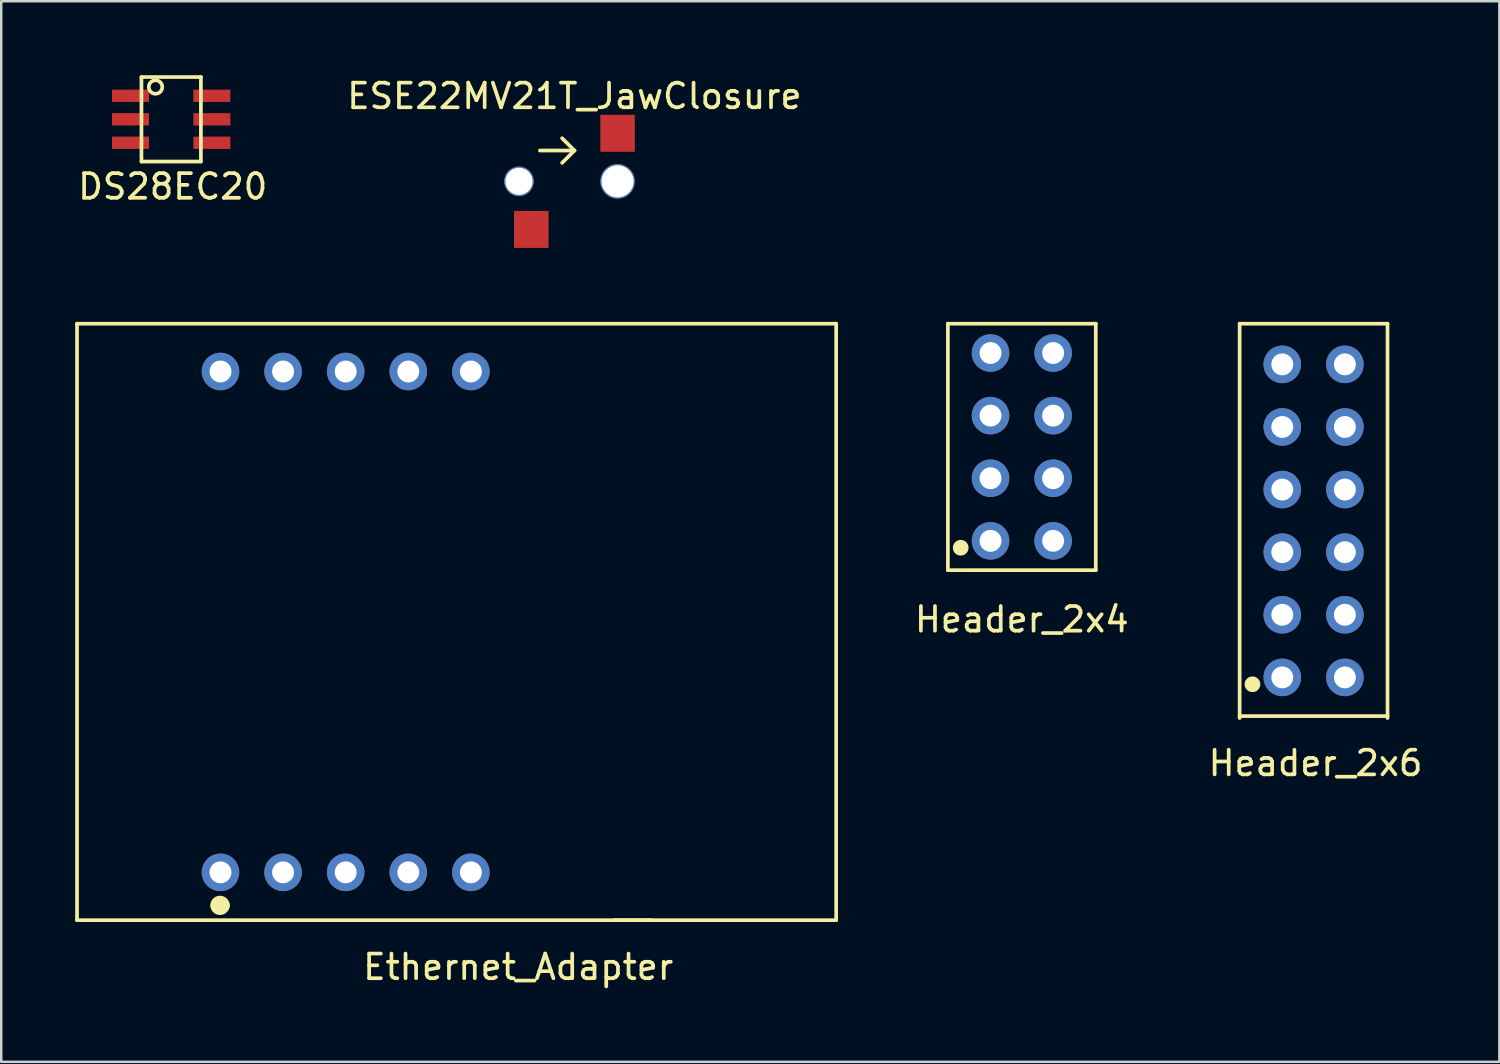
<source format=kicad_pcb>
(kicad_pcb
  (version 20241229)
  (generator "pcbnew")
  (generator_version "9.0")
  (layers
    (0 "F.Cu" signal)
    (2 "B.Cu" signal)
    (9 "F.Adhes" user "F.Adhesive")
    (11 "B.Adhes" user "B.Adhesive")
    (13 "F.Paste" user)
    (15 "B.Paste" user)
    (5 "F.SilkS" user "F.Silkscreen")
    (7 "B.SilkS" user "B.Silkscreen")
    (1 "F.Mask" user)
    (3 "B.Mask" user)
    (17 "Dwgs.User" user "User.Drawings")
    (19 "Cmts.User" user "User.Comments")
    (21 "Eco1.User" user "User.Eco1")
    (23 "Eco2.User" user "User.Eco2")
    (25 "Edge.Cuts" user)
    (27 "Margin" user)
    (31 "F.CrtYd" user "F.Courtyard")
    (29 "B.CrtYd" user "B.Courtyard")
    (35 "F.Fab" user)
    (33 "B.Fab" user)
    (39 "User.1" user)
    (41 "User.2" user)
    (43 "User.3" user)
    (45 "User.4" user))
  (footprint "Header_2x6"
    (layer "F.Cu")
    (at 50.245 18.083)
    (property "Reference" "Header_2x6" (at 0.08 9.83 0) (layer "F.SilkS") (effects (font (size 1 1) (thickness 0.15))))
    (attr through_hole)
    (fp_line (start -3 -8) (end 3 -8) (stroke (width 0.15) (type solid)) (layer "F.SilkS"))
    (fp_line (start -3 7.92) (end 3 7.92) (stroke (width 0.15) (type solid)) (layer "F.SilkS"))
    (fp_line (start -3 8) (end -3 -8) (stroke (width 0.15) (type solid)) (layer "F.SilkS"))
    (fp_line (start 3 -8) (end 3 8) (stroke (width 0.15) (type solid)) (layer "F.SilkS"))
    (fp_circle (center -2.49 6.65) (end -2.39 6.55) (stroke (width 0.15) (type solid)) (fill no) (layer "F.SilkS"))
    (fp_circle (center -2.48 6.63) (end -2.4 6.4) (stroke (width 0.15) (type solid)) (fill no) (layer "F.SilkS"))
    (fp_circle (center -2.48 6.64) (end -2.46 6.56) (stroke (width 0.15) (type solid)) (fill no) (layer "F.SilkS"))
    (fp_circle (center -2.48 6.64) (end -2.42 6.56) (stroke (width 0.15) (type solid)) (fill no) (layer "F.SilkS"))
    (pad "1" thru_hole circle (at -1.27 6.35) (size 1.524 1.524) (drill 0.889) (layers "*.Cu" "*.Mask"))
    (pad "2" thru_hole circle (at 1.27 6.35) (size 1.524 1.524) (drill 0.889) (layers "*.Cu" "*.Mask"))
    (pad "3" thru_hole circle (at -1.27 3.81) (size 1.524 1.524) (drill 0.889) (layers "*.Cu" "*.Mask"))
    (pad "4" thru_hole circle (at 1.27 3.81) (size 1.524 1.524) (drill 0.889) (layers "*.Cu" "*.Mask"))
    (pad "5" thru_hole circle (at -1.27 1.27) (size 1.524 1.524) (drill 0.889) (layers "*.Cu" "*.Mask"))
    (pad "6" thru_hole circle (at 1.27 1.27) (size 1.524 1.524) (drill 0.889) (layers "*.Cu" "*.Mask"))
    (pad "7" thru_hole circle (at -1.27 -1.27) (size 1.524 1.524) (drill 0.889) (layers "*.Cu" "*.Mask"))
    (pad "8" thru_hole circle (at 1.27 -1.27) (size 1.524 1.524) (drill 0.889) (layers "*.Cu" "*.Mask"))
    (pad "9" thru_hole circle (at -1.27 -3.81) (size 1.524 1.524) (drill 0.889) (layers "*.Cu" "*.Mask"))
    (pad "10" thru_hole circle (at 1.27 -3.81) (size 1.524 1.524) (drill 0.889) (layers "*.Cu" "*.Mask"))
    (pad "11" thru_hole circle (at -1.27 -6.35) (size 1.524 1.524) (drill 0.889) (layers "*.Cu" "*.Mask"))
    (pad "12" thru_hole circle (at 1.27 -6.35) (size 1.524 1.524) (drill 0.889) (layers "*.Cu" "*.Mask")))
  (footprint "Ethernet_Adapter"
    (layer "F.Cu")
    (at 10.975 22.183)
    (property "Reference" "Ethernet_Adapter" (at 7 14 0) (layer "F.SilkS") (effects (font (size 1 1) (thickness 0.15))))
    (attr through_hole)
    (fp_line (start -10.9 -12.1) (end -10.9 12.1) (stroke (width 0.15) (type solid)) (layer "F.SilkS"))
    (fp_line (start -10.9 12.1) (end 12.4 12.1) (stroke (width 0.15) (type solid)) (layer "F.SilkS"))
    (fp_line (start 10.9 12.1) (end 19.9 12.1) (stroke (width 0.15) (type solid)) (layer "F.SilkS"))
    (fp_line (start 19.9 -12.1) (end -10.9 -12.1) (stroke (width 0.15) (type solid)) (layer "F.SilkS"))
    (fp_line (start 19.9 12.1) (end 19.9 -12.1) (stroke (width 0.15) (type solid)) (layer "F.SilkS"))
    (fp_circle (center -5.2 11.5) (end -5 11.5) (stroke (width 0.15) (type solid)) (fill no) (layer "F.SilkS"))
    (fp_circle (center -5.1 11.5) (end -4.9 11.5) (stroke (width 0.15) (type solid)) (fill no) (layer "F.SilkS"))
    (fp_circle (center -5.1 11.5) (end -4.8 11.4) (stroke (width 0.15) (type solid)) (fill no) (layer "F.SilkS"))
    (fp_circle (center -5 11.5) (end -4.9 11.5) (stroke (width 0.15) (type solid)) (fill no) (layer "F.SilkS"))
    (fp_circle (center -5 11.5) (end -4.8 11.4) (stroke (width 0.15) (type solid)) (fill no) (layer "F.SilkS"))
    (pad "1" thru_hole circle (at -5.08 10.16) (size 1.524 1.524) (drill 0.889) (layers "*.Cu" "*.Mask"))
    (pad "2" thru_hole circle (at -2.54 10.16) (size 1.524 1.524) (drill 0.889) (layers "*.Cu" "*.Mask"))
    (pad "3" thru_hole circle (at 0 10.16) (size 1.524 1.524) (drill 0.889) (layers "*.Cu" "*.Mask"))
    (pad "4" thru_hole circle (at 2.54 10.16) (size 1.524 1.524) (drill 0.889) (layers "*.Cu" "*.Mask"))
    (pad "5" thru_hole circle (at 5.08 10.16) (size 1.524 1.524) (drill 0.889) (layers "*.Cu" "*.Mask"))
    (pad "6" thru_hole circle (at 5.08 -10.16) (size 1.524 1.524) (drill 0.889) (layers "*.Cu" "*.Mask"))
    (pad "7" thru_hole circle (at 2.54 -10.16) (size 1.524 1.524) (drill 0.889) (layers "*.Cu" "*.Mask"))
    (pad "8" thru_hole circle (at 0 -10.16) (size 1.524 1.524) (drill 0.889) (layers "*.Cu" "*.Mask"))
    (pad "9" thru_hole circle (at -2.54 -10.16) (size 1.524 1.524) (drill 0.889) (layers "*.Cu" "*.Mask"))
    (pad "10" thru_hole circle (at -5.08 -10.16) (size 1.524 1.524) (drill 0.889) (layers "*.Cu" "*.Mask")))
  (footprint "DS28EC20"
    (layer "F.Cu")
    (at 4.022 1.345)
    (property "Reference" "DS28EC20" (at -0.064 3.175 0) (layer "F.SilkS") (effects (font (size 1 1) (thickness 0.15))))
    (attr through_hole)
    (fp_line (start -1.333 -1.27) (end 1.079 -1.27) (stroke (width 0.15) (type solid)) (layer "F.SilkS"))
    (fp_line (start -1.333 2.159) (end -1.333 -1.27) (stroke (width 0.15) (type solid)) (layer "F.SilkS"))
    (fp_line (start -1.333 2.159) (end 1.079 2.159) (stroke (width 0.15) (type solid)) (layer "F.SilkS"))
    (fp_line (start 1.079 -1.27) (end 1.079 2.159) (stroke (width 0.15) (type solid)) (layer "F.SilkS"))
    (fp_circle (center -0.762 -0.864) (end -0.66 -0.61) (stroke (width 0.15) (type solid)) (fill no) (layer "F.SilkS"))
    (pad "1" connect rect (at -1.778 -0.508) (size 1.5 0.5) (layers "F.Cu" "F.Mask"))
    (pad "2" connect rect (at -1.778 0.445) (size 1.5 0.5) (layers "F.Cu" "F.Mask"))
    (pad "3" connect rect (at -1.778 1.397) (size 1.5 0.5) (layers "F.Cu" "F.Mask"))
    (pad "4" connect rect (at 1.524 1.397) (size 1.5 0.5) (layers "F.Cu" "F.Mask"))
    (pad "5" connect rect (at 1.524 0.445) (size 1.5 0.5) (layers "F.Cu" "F.Mask"))
    (pad "6" connect rect (at 1.524 -0.508) (size 1.5 0.5) (layers "F.Cu" "F.Mask")))
  (footprint "ESE22MV21T_JawClosure"
    (layer "F.Cu")
    (at 20.256 2.358)
    (property "Reference" "ESE22MV21T_JawClosure" (at 0 -1.51 0) (layer "F.SilkS") (effects (font (size 1 1) (thickness 0.15))))
    (attr through_hole)
    (fp_line (start -1.4 0.7) (end 0 0.7) (stroke (width 0.15) (type solid)) (layer "F.SilkS"))
    (fp_line (start 0 0.7) (end -0.5 0.2) (stroke (width 0.15) (type solid)) (layer "F.SilkS"))
    (fp_line (start 0 0.7) (end -0.5 1.2) (stroke (width 0.15) (type solid)) (layer "F.SilkS"))
    (pad "" np_thru_hole circle (at -2.25 1.95) (size 1.2 1.2) (drill 1.1) (layers "*.Cu" "*.Mask"))
    (pad "" np_thru_hole circle (at 1.75 1.95) (size 1.4 1.4) (drill 1.3) (layers "*.Cu" "*.Mask"))
    (pad "1" smd rect (at -1.75 3.9) (size 1.4 1.5) (layers "F.Cu" "F.Mask" "F.Paste"))
    (pad "2" smd rect (at 1.75 0) (size 1.4 1.5) (layers "F.Cu" "F.Mask" "F.Paste")))
  (footprint "Header_2x4"
    (layer "F.Cu")
    (at 38.408 15.083)
    (property "Reference" "Header_2x4" (at 0 7 0) (layer "F.SilkS") (effects (font (size 1 1) (thickness 0.15))))
    (attr through_hole)
    (fp_line (start -3 -5) (end -3 5) (stroke (width 0.15) (type solid)) (layer "F.SilkS"))
    (fp_line (start -3 -5) (end 3 -5) (stroke (width 0.15) (type solid)) (layer "F.SilkS"))
    (fp_line (start -3 5) (end 3 5) (stroke (width 0.15) (type solid)) (layer "F.SilkS"))
    (fp_line (start 3 5) (end 3 -5) (stroke (width 0.15) (type solid)) (layer "F.SilkS"))
    (fp_circle (center -2.49 4.11) (end -2.39 4.01) (stroke (width 0.15) (type solid)) (fill no) (layer "F.SilkS"))
    (fp_circle (center -2.48 4.09) (end -2.4 3.86) (stroke (width 0.15) (type solid)) (fill no) (layer "F.SilkS"))
    (fp_circle (center -2.48 4.1) (end -2.46 4.02) (stroke (width 0.15) (type solid)) (fill no) (layer "F.SilkS"))
    (fp_circle (center -2.48 4.1) (end -2.42 4.02) (stroke (width 0.15) (type solid)) (fill no) (layer "F.SilkS"))
    (pad "1" thru_hole circle (at -1.27 3.81) (size 1.524 1.524) (drill 0.889) (layers "*.Cu" "*.Mask"))
    (pad "2" thru_hole circle (at 1.27 3.81) (size 1.524 1.524) (drill 0.889) (layers "*.Cu" "*.Mask"))
    (pad "3" thru_hole circle (at -1.27 1.27) (size 1.524 1.524) (drill 0.889) (layers "*.Cu" "*.Mask"))
    (pad "4" thru_hole circle (at 1.27 1.27) (size 1.524 1.524) (drill 0.889) (layers "*.Cu" "*.Mask"))
    (pad "5" thru_hole circle (at -1.27 -1.27) (size 1.524 1.524) (drill 0.889) (layers "*.Cu" "*.Mask"))
    (pad "6" thru_hole circle (at 1.27 -1.27) (size 1.524 1.524) (drill 0.889) (layers "*.Cu" "*.Mask"))
    (pad "7" thru_hole circle (at -1.27 -3.81) (size 1.524 1.524) (drill 0.889) (layers "*.Cu" "*.Mask"))
    (pad "8" thru_hole circle (at 1.27 -3.81) (size 1.524 1.524) (drill 0.889) (layers "*.Cu" "*.Mask")))
  (gr_rect
    (start -3 -3)
    (end 57.783 40.032)
    (stroke (width 0.1) (type default))
    (fill no)
    (layer "Edge.Cuts")))
</source>
